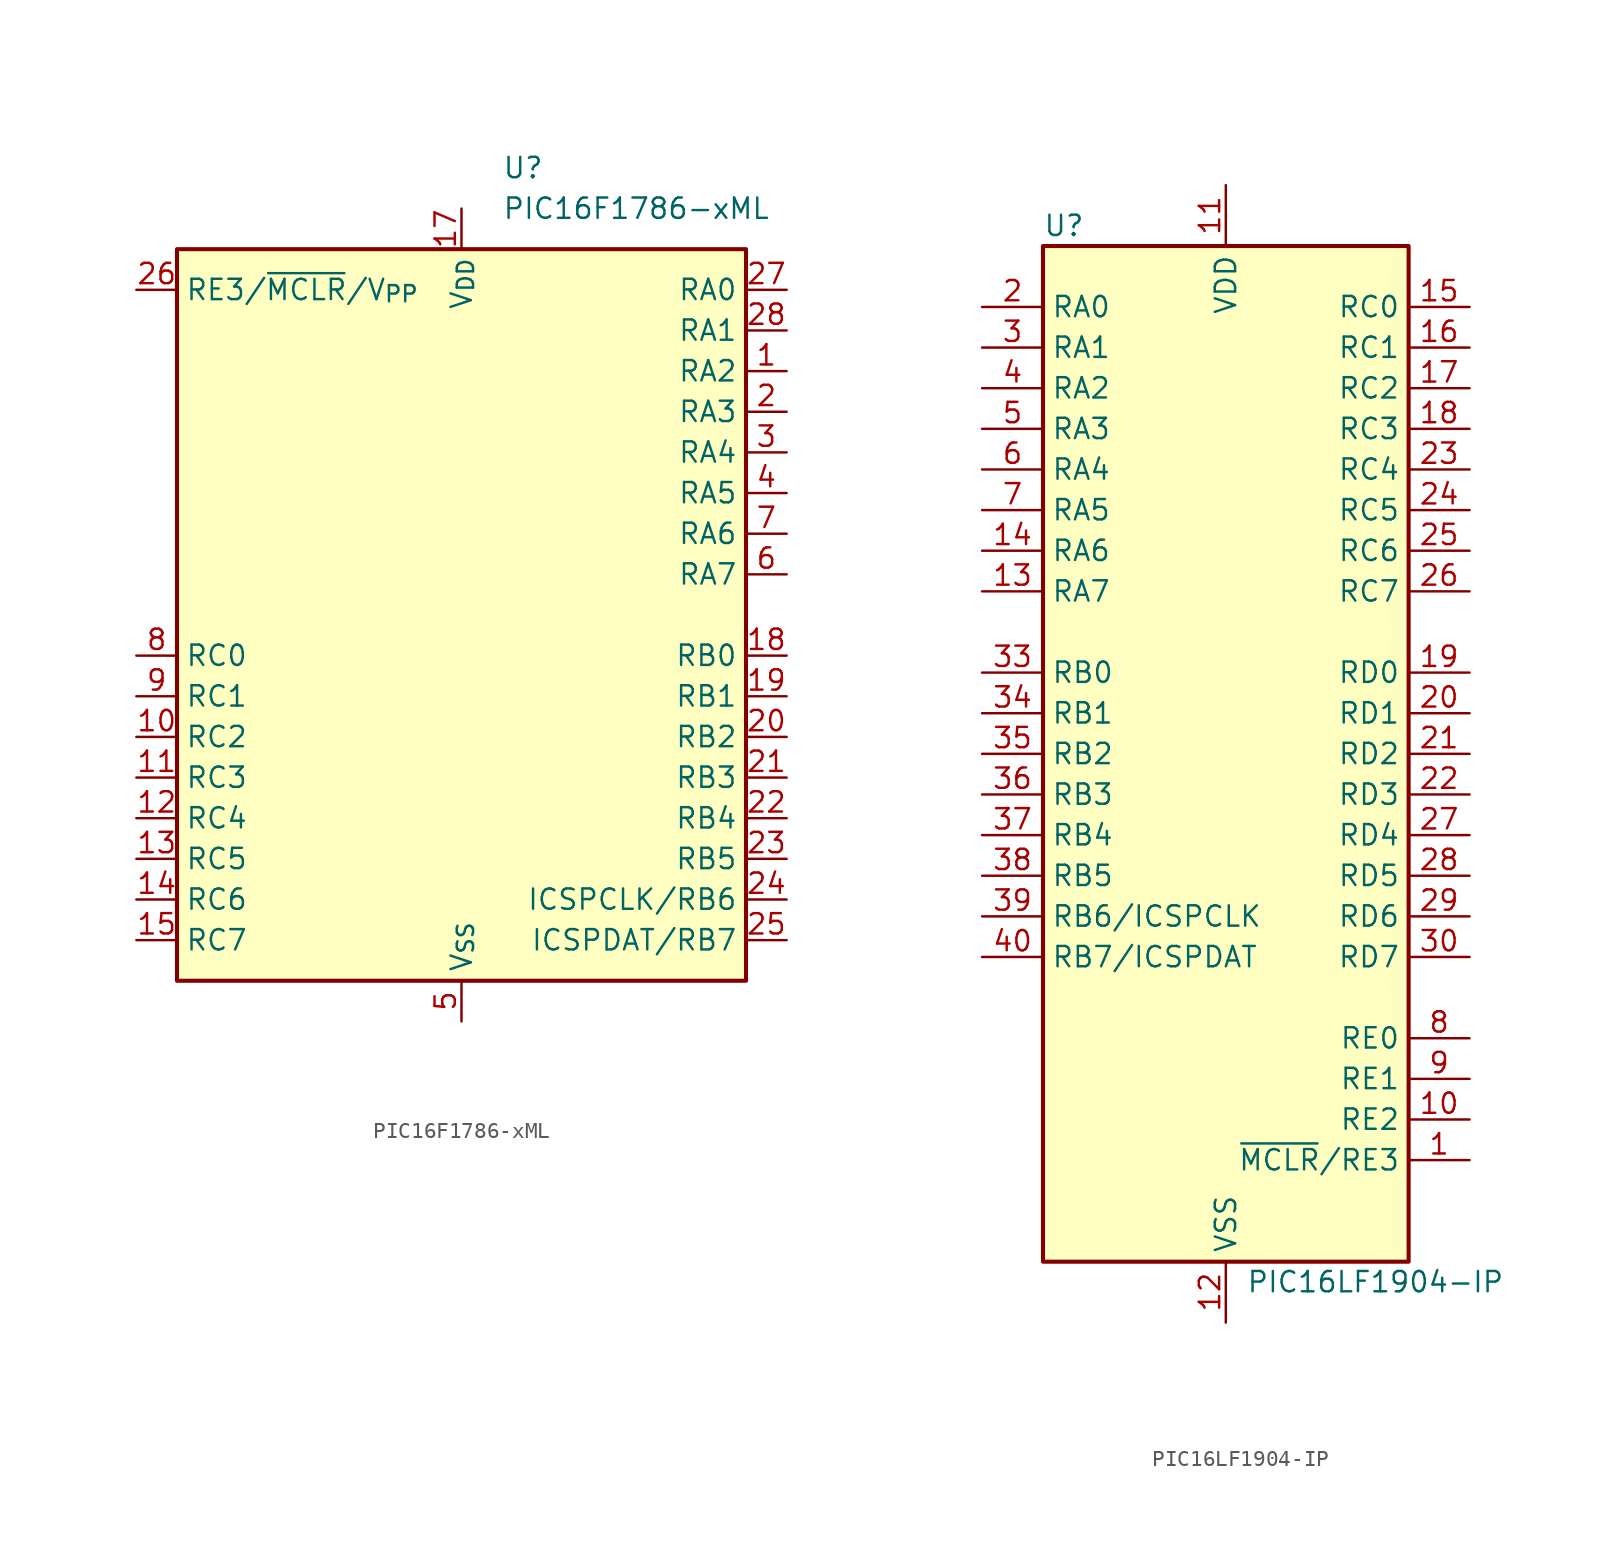
<source format=kicad_sym>
(kicad_symbol_lib
  (version 20241209)
  (generator "kicad_symbol_editor")
  (generator_version "9.0")
  (symbol "PIC16F1786-xML"
    (property "Reference" "U"
      (at 2.54 27.94 0)
      (effects (font (size 1.27 1.27)) (justify left)))
    (property "Value" "PIC16F1786-xML"
      (at 2.54 25.4 0)
      (effects (font (size 1.27 1.27)) (justify left)))
    (symbol "PIC16F1786-xML_0_1"
      (rectangle (start -17.78 -22.86) (end 17.78 22.86) (stroke (width 0.254) (type default)) (fill (type background))))
    (symbol "PIC16F1786-xML_1_1"
      (pin input line (at -20.32 20.32 0) (length 2.54) (name "RE3/~{MCLR}/V_{PP}" (effects (font (size 1.27 1.27)))) (number "26" (effects (font (size 1.27 1.27)))))
      (pin bidirectional line (at -20.32 -2.54 0) (length 2.54) (name "RC0" (effects (font (size 1.27 1.27)))) (number "8" (effects (font (size 1.27 1.27)))))
      (pin bidirectional line (at -20.32 -5.08 0) (length 2.54) (name "RC1" (effects (font (size 1.27 1.27)))) (number "9" (effects (font (size 1.27 1.27)))))
      (pin bidirectional line (at -20.32 -7.62 0) (length 2.54) (name "RC2" (effects (font (size 1.27 1.27)))) (number "10" (effects (font (size 1.27 1.27)))))
      (pin bidirectional line (at -20.32 -10.16 0) (length 2.54) (name "RC3" (effects (font (size 1.27 1.27)))) (number "11" (effects (font (size 1.27 1.27)))))
      (pin bidirectional line (at -20.32 -12.7 0) (length 2.54) (name "RC4" (effects (font (size 1.27 1.27)))) (number "12" (effects (font (size 1.27 1.27)))))
      (pin bidirectional line (at -20.32 -15.24 0) (length 2.54) (name "RC5" (effects (font (size 1.27 1.27)))) (number "13" (effects (font (size 1.27 1.27)))))
      (pin bidirectional line (at -20.32 -17.78 0) (length 2.54) (name "RC6" (effects (font (size 1.27 1.27)))) (number "14" (effects (font (size 1.27 1.27)))))
      (pin bidirectional line (at -20.32 -20.32 0) (length 2.54) (name "RC7" (effects (font (size 1.27 1.27)))) (number "15" (effects (font (size 1.27 1.27)))))
      (pin power_in line (at 0 25.4 270) (length 2.54) (name "V_{DD}" (effects (font (size 1.27 1.27)))) (number "17" (effects (font (size 1.27 1.27)))))
      (pin passive line (at 0 -25.4 90) (length 2.54) (hide yes) (name "V_{SS}" (effects (font (size 1.27 1.27)))) (number "16" (effects (font (size 1.27 1.27)))))
      (pin power_in line (at 0 -25.4 90) (length 2.54) (name "V_{SS}" (effects (font (size 1.27 1.27)))) (number "5" (effects (font (size 1.27 1.27)))))
      (pin bidirectional line (at 20.32 20.32 180) (length 2.54) (name "RA0" (effects (font (size 1.27 1.27)))) (number "27" (effects (font (size 1.27 1.27)))))
      (pin bidirectional line (at 20.32 17.78 180) (length 2.54) (name "RA1" (effects (font (size 1.27 1.27)))) (number "28" (effects (font (size 1.27 1.27)))))
      (pin bidirectional line (at 20.32 15.24 180) (length 2.54) (name "RA2" (effects (font (size 1.27 1.27)))) (number "1" (effects (font (size 1.27 1.27)))))
      (pin bidirectional line (at 20.32 12.7 180) (length 2.54) (name "RA3" (effects (font (size 1.27 1.27)))) (number "2" (effects (font (size 1.27 1.27)))))
      (pin bidirectional line (at 20.32 10.16 180) (length 2.54) (name "RA4" (effects (font (size 1.27 1.27)))) (number "3" (effects (font (size 1.27 1.27)))))
      (pin bidirectional line (at 20.32 7.62 180) (length 2.54) (name "RA5" (effects (font (size 1.27 1.27)))) (number "4" (effects (font (size 1.27 1.27)))))
      (pin bidirectional line (at 20.32 5.08 180) (length 2.54) (name "RA6" (effects (font (size 1.27 1.27)))) (number "7" (effects (font (size 1.27 1.27)))))
      (pin bidirectional line (at 20.32 2.54 180) (length 2.54) (name "RA7" (effects (font (size 1.27 1.27)))) (number "6" (effects (font (size 1.27 1.27)))))
      (pin bidirectional line (at 20.32 -2.54 180) (length 2.54) (name "RB0" (effects (font (size 1.27 1.27)))) (number "18" (effects (font (size 1.27 1.27)))))
      (pin bidirectional line (at 20.32 -5.08 180) (length 2.54) (name "RB1" (effects (font (size 1.27 1.27)))) (number "19" (effects (font (size 1.27 1.27)))))
      (pin bidirectional line (at 20.32 -7.62 180) (length 2.54) (name "RB2" (effects (font (size 1.27 1.27)))) (number "20" (effects (font (size 1.27 1.27)))))
      (pin bidirectional line (at 20.32 -10.16 180) (length 2.54) (name "RB3" (effects (font (size 1.27 1.27)))) (number "21" (effects (font (size 1.27 1.27)))))
      (pin bidirectional line (at 20.32 -12.7 180) (length 2.54) (name "RB4" (effects (font (size 1.27 1.27)))) (number "22" (effects (font (size 1.27 1.27)))))
      (pin bidirectional line (at 20.32 -15.24 180) (length 2.54) (name "RB5" (effects (font (size 1.27 1.27)))) (number "23" (effects (font (size 1.27 1.27)))))
      (pin bidirectional line (at 20.32 -17.78 180) (length 2.54) (name "ICSPCLK/RB6" (effects (font (size 1.27 1.27)))) (number "24" (effects (font (size 1.27 1.27)))))
      (pin bidirectional line (at 20.32 -20.32 180) (length 2.54) (name "ICSPDAT/RB7" (effects (font (size 1.27 1.27)))) (number "25" (effects (font (size 1.27 1.27)))))))
  (symbol "PIC16LF1904-IP"
    (property "Reference" "U"
      (at -11.43 33.02 0)
      (effects (font (size 1.27 1.27)) (justify left)))
    (property "Value" "PIC16LF1904-IP"
      (at 1.27 -33.02 0)
      (effects (font (size 1.27 1.27)) (justify left)))
    (symbol "PIC16LF1904-IP_0_1"
      (rectangle (start -11.43 31.75) (end 11.43 -31.75) (stroke (width 0.254) (type default)) (fill (type background))))
    (symbol "PIC16LF1904-IP_1_1"
      (pin bidirectional line (at -15.24 27.94 0) (length 3.81) (name "RA0" (effects (font (size 1.27 1.27)))) (number "2" (effects (font (size 1.27 1.27)))) (alternate "AN0" bidirectional line) (alternate "SEG12" bidirectional line))
      (pin bidirectional line (at -15.24 25.4 0) (length 3.81) (name "RA1" (effects (font (size 1.27 1.27)))) (number "3" (effects (font (size 1.27 1.27)))) (alternate "AN1" bidirectional line) (alternate "SEG7" bidirectional line))
      (pin bidirectional line (at -15.24 22.86 0) (length 3.81) (name "RA2" (effects (font (size 1.27 1.27)))) (number "4" (effects (font (size 1.27 1.27)))) (alternate "AN2" bidirectional line) (alternate "COM2" bidirectional line))
      (pin bidirectional line (at -15.24 20.32 0) (length 3.81) (name "RA3" (effects (font (size 1.27 1.27)))) (number "5" (effects (font (size 1.27 1.27)))) (alternate "AN3" bidirectional line) (alternate "SEG15" bidirectional line) (alternate "VREF+" bidirectional line))
      (pin bidirectional line (at -15.24 17.78 0) (length 3.81) (name "RA4" (effects (font (size 1.27 1.27)))) (number "6" (effects (font (size 1.27 1.27)))) (alternate "SEG4" bidirectional line) (alternate "T0CKI" bidirectional line))
      (pin bidirectional line (at -15.24 15.24 0) (length 3.81) (name "RA5" (effects (font (size 1.27 1.27)))) (number "7" (effects (font (size 1.27 1.27)))) (alternate "AN4" bidirectional line) (alternate "SEG5" bidirectional line))
      (pin bidirectional line (at -15.24 12.7 0) (length 3.81) (name "RA6" (effects (font (size 1.27 1.27)))) (number "14" (effects (font (size 1.27 1.27)))) (alternate "CLKOUT" bidirectional line) (alternate "SEG1" bidirectional line))
      (pin bidirectional line (at -15.24 10.16 0) (length 3.81) (name "RA7" (effects (font (size 1.27 1.27)))) (number "13" (effects (font (size 1.27 1.27)))) (alternate "CLKIN" bidirectional line) (alternate "SEG2" bidirectional line))
      (pin bidirectional line (at -15.24 5.08 0) (length 3.81) (name "RB0" (effects (font (size 1.27 1.27)))) (number "33" (effects (font (size 1.27 1.27)))) (alternate "AN12" bidirectional line) (alternate "INT" bidirectional line) (alternate "SEG0" bidirectional line))
      (pin bidirectional line (at -15.24 2.54 0) (length 3.81) (name "RB1" (effects (font (size 1.27 1.27)))) (number "34" (effects (font (size 1.27 1.27)))) (alternate "AN10" bidirectional line) (alternate "SEG24" bidirectional line) (alternate "VLCD1" bidirectional line))
      (pin bidirectional line (at -15.24 0 0) (length 3.81) (name "RB2" (effects (font (size 1.27 1.27)))) (number "35" (effects (font (size 1.27 1.27)))) (alternate "AN8" bidirectional line) (alternate "SEG25" bidirectional line) (alternate "VLCD2" bidirectional line))
      (pin bidirectional line (at -15.24 -2.54 0) (length 3.81) (name "RB3" (effects (font (size 1.27 1.27)))) (number "36" (effects (font (size 1.27 1.27)))) (alternate "AN9" bidirectional line) (alternate "SEG26" bidirectional line) (alternate "VLCD3" bidirectional line))
      (pin bidirectional line (at -15.24 -5.08 0) (length 3.81) (name "RB4" (effects (font (size 1.27 1.27)))) (number "37" (effects (font (size 1.27 1.27)))) (alternate "AN11" bidirectional line) (alternate "COM0" bidirectional line))
      (pin bidirectional line (at -15.24 -7.62 0) (length 3.81) (name "RB5" (effects (font (size 1.27 1.27)))) (number "38" (effects (font (size 1.27 1.27)))) (alternate "AN13" bidirectional line) (alternate "COM1" bidirectional line))
      (pin bidirectional line (at -15.24 -10.16 0) (length 3.81) (name "RB6/ICSPCLK" (effects (font (size 1.27 1.27)))) (number "39" (effects (font (size 1.27 1.27)))) (alternate "ICDCLK" bidirectional line) (alternate "SEG14" bidirectional line))
      (pin bidirectional line (at -15.24 -12.7 0) (length 3.81) (name "RB7/ICSPDAT" (effects (font (size 1.27 1.27)))) (number "40" (effects (font (size 1.27 1.27)))) (alternate "ICDDAT" bidirectional line) (alternate "SEG13" bidirectional line))
      (pin power_in line (at 0 35.56 270) (length 3.81) (name "VDD" (effects (font (size 1.27 1.27)))) (number "11" (effects (font (size 1.27 1.27)))))
      (pin passive line (at 0 35.56 270) (length 3.81) (hide yes) (name "VDD" (effects (font (size 1.27 1.27)))) (number "32" (effects (font (size 1.27 1.27)))))
      (pin power_in line (at 0 -35.56 90) (length 3.81) (name "VSS" (effects (font (size 1.27 1.27)))) (number "12" (effects (font (size 1.27 1.27)))))
      (pin passive line (at 0 -35.56 90) (length 3.81) (hide yes) (name "VSS" (effects (font (size 1.27 1.27)))) (number "31" (effects (font (size 1.27 1.27)))))
      (pin bidirectional line (at 15.24 27.94 180) (length 3.81) (name "RC0" (effects (font (size 1.27 1.27)))) (number "15" (effects (font (size 1.27 1.27)))) (alternate "T1CKI" bidirectional line) (alternate "T1OSO" bidirectional line))
      (pin bidirectional line (at 15.24 25.4 180) (length 3.81) (name "RC1" (effects (font (size 1.27 1.27)))) (number "16" (effects (font (size 1.27 1.27)))) (alternate "T1OSI" bidirectional line))
      (pin bidirectional line (at 15.24 22.86 180) (length 3.81) (name "RC2" (effects (font (size 1.27 1.27)))) (number "17" (effects (font (size 1.27 1.27)))) (alternate "SEG3" bidirectional line))
      (pin bidirectional line (at 15.24 20.32 180) (length 3.81) (name "RC3" (effects (font (size 1.27 1.27)))) (number "18" (effects (font (size 1.27 1.27)))) (alternate "SEG6" bidirectional line))
      (pin bidirectional line (at 15.24 17.78 180) (length 3.81) (name "RC4" (effects (font (size 1.27 1.27)))) (number "23" (effects (font (size 1.27 1.27)))) (alternate "SEG11" bidirectional line) (alternate "T1G" bidirectional line))
      (pin bidirectional line (at 15.24 15.24 180) (length 3.81) (name "RC5" (effects (font (size 1.27 1.27)))) (number "24" (effects (font (size 1.27 1.27)))) (alternate "SEG10" bidirectional line))
      (pin bidirectional line (at 15.24 12.7 180) (length 3.81) (name "RC6" (effects (font (size 1.27 1.27)))) (number "25" (effects (font (size 1.27 1.27)))) (alternate "CK" bidirectional line) (alternate "SEG9" bidirectional line) (alternate "TX" bidirectional line))
      (pin bidirectional line (at 15.24 10.16 180) (length 3.81) (name "RC7" (effects (font (size 1.27 1.27)))) (number "26" (effects (font (size 1.27 1.27)))) (alternate "DT" bidirectional line) (alternate "RX" bidirectional line) (alternate "SEG8" bidirectional line))
      (pin bidirectional line (at 15.24 5.08 180) (length 3.81) (name "RD0" (effects (font (size 1.27 1.27)))) (number "19" (effects (font (size 1.27 1.27)))) (alternate "COM3" bidirectional line))
      (pin bidirectional line (at 15.24 2.54 180) (length 3.81) (name "RD1" (effects (font (size 1.27 1.27)))) (number "20" (effects (font (size 1.27 1.27)))) (alternate "SEG27" bidirectional line))
      (pin bidirectional line (at 15.24 0 180) (length 3.81) (name "RD2" (effects (font (size 1.27 1.27)))) (number "21" (effects (font (size 1.27 1.27)))) (alternate "SEG28" bidirectional line))
      (pin bidirectional line (at 15.24 -2.54 180) (length 3.81) (name "RD3" (effects (font (size 1.27 1.27)))) (number "22" (effects (font (size 1.27 1.27)))) (alternate "SEG16" bidirectional line))
      (pin bidirectional line (at 15.24 -5.08 180) (length 3.81) (name "RD4" (effects (font (size 1.27 1.27)))) (number "27" (effects (font (size 1.27 1.27)))) (alternate "SEG17" bidirectional line))
      (pin bidirectional line (at 15.24 -7.62 180) (length 3.81) (name "RD5" (effects (font (size 1.27 1.27)))) (number "28" (effects (font (size 1.27 1.27)))) (alternate "SEG18" bidirectional line))
      (pin bidirectional line (at 15.24 -10.16 180) (length 3.81) (name "RD6" (effects (font (size 1.27 1.27)))) (number "29" (effects (font (size 1.27 1.27)))) (alternate "SEG19" bidirectional line))
      (pin bidirectional line (at 15.24 -12.7 180) (length 3.81) (name "RD7" (effects (font (size 1.27 1.27)))) (number "30" (effects (font (size 1.27 1.27)))) (alternate "SEG20" bidirectional line))
      (pin bidirectional line (at 15.24 -17.78 180) (length 3.81) (name "RE0" (effects (font (size 1.27 1.27)))) (number "8" (effects (font (size 1.27 1.27)))) (alternate "AN5" bidirectional line) (alternate "SEG21" bidirectional line))
      (pin bidirectional line (at 15.24 -20.32 180) (length 3.81) (name "RE1" (effects (font (size 1.27 1.27)))) (number "9" (effects (font (size 1.27 1.27)))) (alternate "AN6" bidirectional line) (alternate "SEG22" bidirectional line))
      (pin bidirectional line (at 15.24 -22.86 180) (length 3.81) (name "RE2" (effects (font (size 1.27 1.27)))) (number "10" (effects (font (size 1.27 1.27)))) (alternate "AN7" bidirectional line) (alternate "SEG23" bidirectional line))
      (pin bidirectional line (at 15.24 -25.4 180) (length 3.81) (name "~{MCLR}/RE3" (effects (font (size 1.27 1.27)))) (number "1" (effects (font (size 1.27 1.27)))) (alternate "VPP" bidirectional line)))))
</source>
